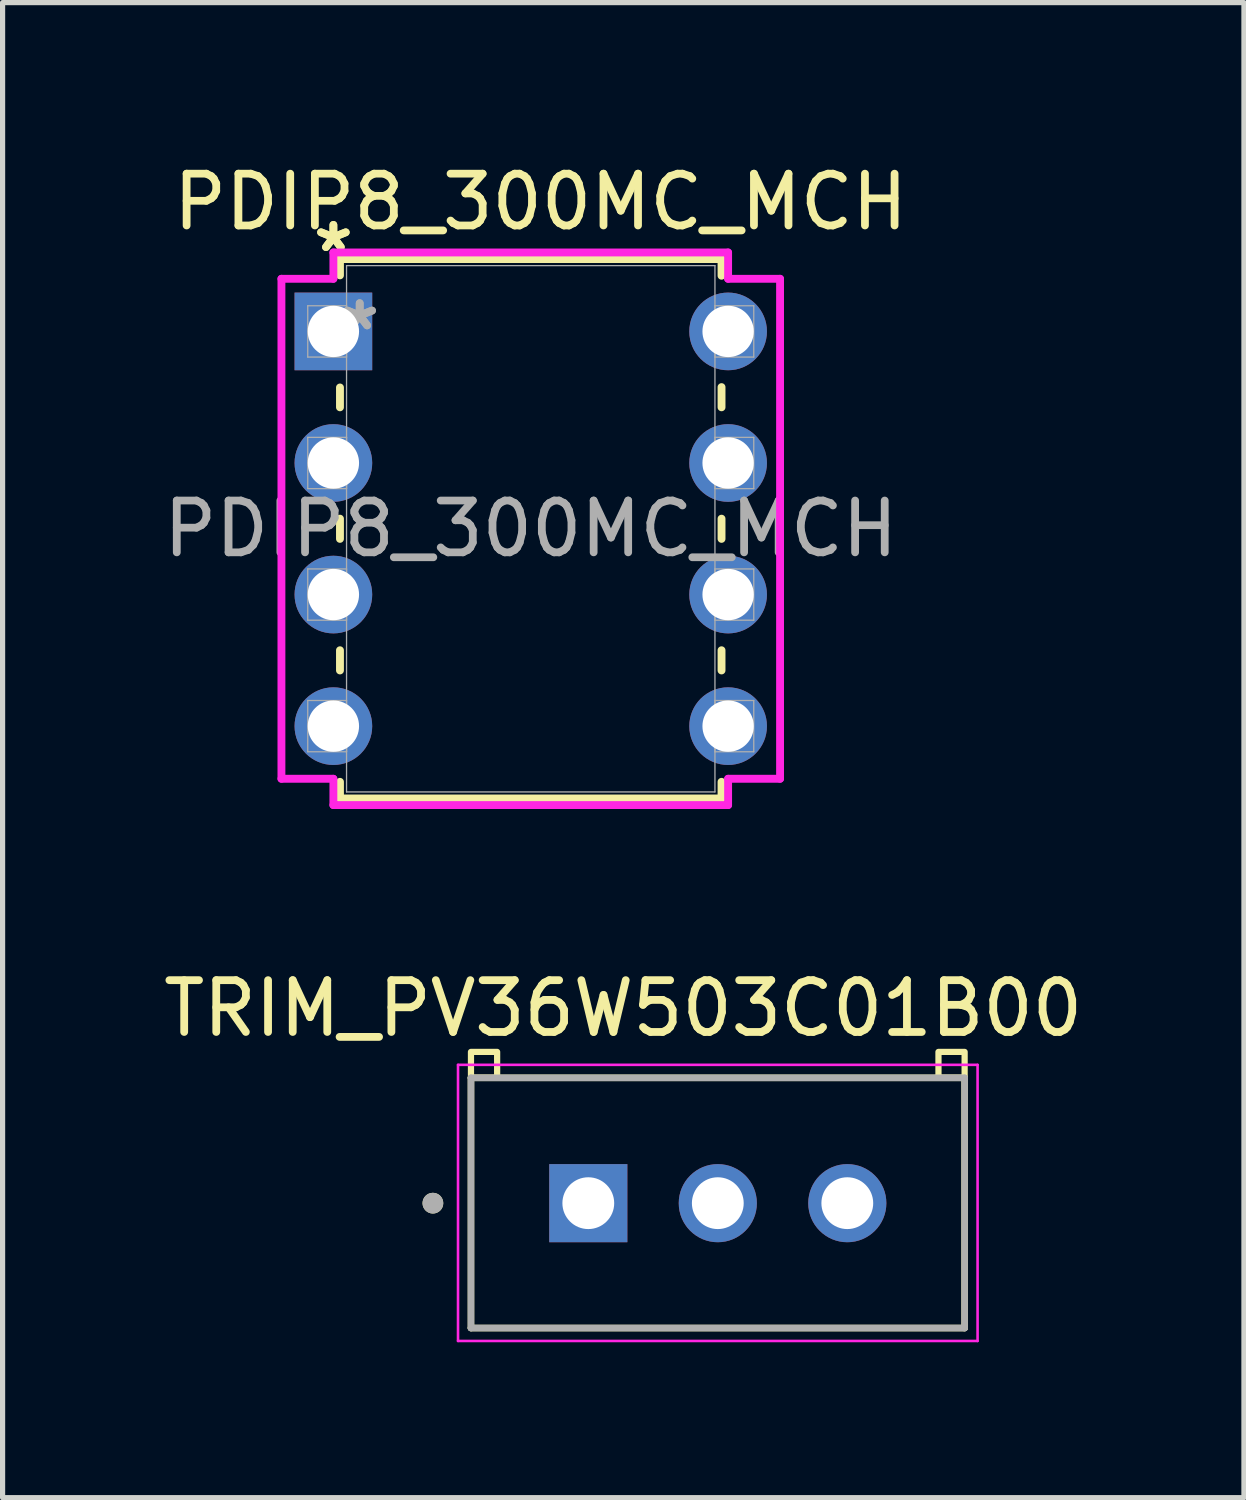
<source format=kicad_pcb>
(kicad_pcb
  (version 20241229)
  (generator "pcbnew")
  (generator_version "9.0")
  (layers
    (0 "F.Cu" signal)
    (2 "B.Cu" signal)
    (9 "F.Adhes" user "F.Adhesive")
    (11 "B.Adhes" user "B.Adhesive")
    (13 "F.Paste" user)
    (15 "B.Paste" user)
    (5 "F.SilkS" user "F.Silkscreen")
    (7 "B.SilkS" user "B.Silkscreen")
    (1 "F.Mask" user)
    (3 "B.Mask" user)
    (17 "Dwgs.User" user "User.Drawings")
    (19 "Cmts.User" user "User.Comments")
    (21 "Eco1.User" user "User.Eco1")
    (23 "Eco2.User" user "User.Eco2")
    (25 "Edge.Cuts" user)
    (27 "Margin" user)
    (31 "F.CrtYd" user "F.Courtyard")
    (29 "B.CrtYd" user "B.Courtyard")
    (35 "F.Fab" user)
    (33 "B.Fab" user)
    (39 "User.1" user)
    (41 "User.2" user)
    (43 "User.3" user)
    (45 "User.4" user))
  (footprint "TRIM_PV36W503C01B00"
    (layer "F.Cu")
    (at 10.807 20.177)
    (property "Reference" "TRIM_PV36W503C01B00" (at -1.825 -3.76 0) (layer "F.SilkS") (effects (font (size 1 1) (thickness 0.15))))
    (attr through_hole)
    (fp_line (start -4.765 -2.42) (end -4.765 2.41) (stroke (width 0.127) (type solid)) (layer "F.SilkS"))
    (fp_line (start -4.765 2.41) (end 4.765 2.41) (stroke (width 0.127) (type solid)) (layer "F.SilkS"))
    (fp_line (start 4.765 -2.42) (end -4.765 -2.42) (stroke (width 0.127) (type solid)) (layer "F.SilkS"))
    (fp_line (start 4.765 2.41) (end 4.765 -2.42) (stroke (width 0.127) (type solid)) (layer "F.SilkS"))
    (fp_rect (start -4.765 -2.92) (end -4.26 -2.42) (stroke (width 0.12) (type default)) (fill no) (layer "F.SilkS"))
    (fp_rect (start 4.26 -2.92) (end 4.765 -2.42) (stroke (width 0.12) (type default)) (fill no) (layer "F.SilkS"))
    (fp_circle (center -5.5 0) (end -5.4 0) (stroke (width 0.2) (type solid)) (fill no) (layer "F.SilkS"))
    (fp_line (start -5.015 -2.67) (end -5.015 2.66) (stroke (width 0.05) (type solid)) (layer "F.CrtYd"))
    (fp_line (start -5.015 2.66) (end 5.015 2.66) (stroke (width 0.05) (type solid)) (layer "F.CrtYd"))
    (fp_line (start 5.015 -2.67) (end -5.015 -2.67) (stroke (width 0.05) (type solid)) (layer "F.CrtYd"))
    (fp_line (start 5.015 2.66) (end 5.015 -2.67) (stroke (width 0.05) (type solid)) (layer "F.CrtYd"))
    (fp_line (start -4.765 -2.42) (end -4.765 2.41) (stroke (width 0.127) (type solid)) (layer "F.Fab"))
    (fp_line (start -4.765 2.41) (end 4.765 2.41) (stroke (width 0.127) (type solid)) (layer "F.Fab"))
    (fp_line (start 4.765 -2.42) (end -4.765 -2.42) (stroke (width 0.127) (type solid)) (layer "F.Fab"))
    (fp_line (start 4.765 2.41) (end 4.765 -2.42) (stroke (width 0.127) (type solid)) (layer "F.Fab"))
    (fp_circle (center -5.5 0) (end -5.4 0) (stroke (width 0.2) (type solid)) (fill no) (layer "F.Fab"))
    (pad "1" thru_hole rect (at -2.5 0) (size 1.508 1.508) (drill 1) (layers "*.Cu" "*.Mask"))
    (pad "2" thru_hole circle (at 0 0) (size 1.508 1.508) (drill 1) (layers "*.Cu" "*.Mask"))
    (pad "3" thru_hole circle (at 2.5 0) (size 1.508 1.508) (drill 1) (layers "*.Cu" "*.Mask")))
  (footprint "PDIP8_300MC_MCH"
    (layer "F.Cu")
    (at 3.386 3.348)
    (property "Reference" "PDIP8_300MC_MCH" (at 4 -2.5 0) (unlocked yes) (layer "F.SilkS") (effects (font (size 1 1) (thickness 0.15))))
    (attr through_hole)
    (fp_line (start 0.127 -1.397) (end 0.127 -1.082) (stroke (width 0.152) (type solid)) (layer "F.SilkS"))
    (fp_line (start 0.127 1.082) (end 0.127 1.465) (stroke (width 0.152) (type solid)) (layer "F.SilkS"))
    (fp_line (start 0.127 3.615) (end 0.127 4.005) (stroke (width 0.152) (type solid)) (layer "F.SilkS"))
    (fp_line (start 0.127 6.155) (end 0.127 6.545) (stroke (width 0.152) (type solid)) (layer "F.SilkS"))
    (fp_line (start 0.127 8.695) (end 0.127 9.017) (stroke (width 0.152) (type solid)) (layer "F.SilkS"))
    (fp_line (start 0.127 9.017) (end 7.493 9.017) (stroke (width 0.152) (type solid)) (layer "F.SilkS"))
    (fp_line (start 7.493 -1.397) (end 0.127 -1.397) (stroke (width 0.152) (type solid)) (layer "F.SilkS"))
    (fp_line (start 7.493 -1.075) (end 7.493 -1.397) (stroke (width 0.152) (type solid)) (layer "F.SilkS"))
    (fp_line (start 7.493 1.465) (end 7.493 1.075) (stroke (width 0.152) (type solid)) (layer "F.SilkS"))
    (fp_line (start 7.493 4.005) (end 7.493 3.615) (stroke (width 0.152) (type solid)) (layer "F.SilkS"))
    (fp_line (start 7.493 6.545) (end 7.493 6.155) (stroke (width 0.152) (type solid)) (layer "F.SilkS"))
    (fp_line (start 7.493 9.017) (end 7.493 8.695) (stroke (width 0.152) (type solid)) (layer "F.SilkS"))
    (fp_line (start -1.003 -1.016) (end 0 -1.016) (stroke (width 0.152) (type solid)) (layer "F.CrtYd"))
    (fp_line (start -1.003 8.636) (end -1.003 -1.016) (stroke (width 0.152) (type solid)) (layer "F.CrtYd"))
    (fp_line (start 0 -1.524) (end 7.62 -1.524) (stroke (width 0.152) (type solid)) (layer "F.CrtYd"))
    (fp_line (start 0 -1.016) (end 0 -1.524) (stroke (width 0.152) (type solid)) (layer "F.CrtYd"))
    (fp_line (start 0 8.636) (end -1.003 8.636) (stroke (width 0.152) (type solid)) (layer "F.CrtYd"))
    (fp_line (start 0 9.144) (end 0 8.636) (stroke (width 0.152) (type solid)) (layer "F.CrtYd"))
    (fp_line (start 7.62 -1.524) (end 7.62 -1.016) (stroke (width 0.152) (type solid)) (layer "F.CrtYd"))
    (fp_line (start 7.62 8.636) (end 7.62 9.144) (stroke (width 0.152) (type solid)) (layer "F.CrtYd"))
    (fp_line (start 7.62 9.144) (end 0 9.144) (stroke (width 0.152) (type solid)) (layer "F.CrtYd"))
    (fp_line (start 8.623 -1.016) (end 7.62 -1.016) (stroke (width 0.152) (type solid)) (layer "F.CrtYd"))
    (fp_line (start 8.623 -1.016) (end 8.623 8.636) (stroke (width 0.152) (type solid)) (layer "F.CrtYd"))
    (fp_line (start 8.623 8.636) (end 7.62 8.636) (stroke (width 0.152) (type solid)) (layer "F.CrtYd"))
    (fp_line (start -0.495 -0.495) (end -0.495 0.495) (stroke (width 0.025) (type solid)) (layer "F.Fab"))
    (fp_line (start -0.495 0.495) (end 0.254 0.495) (stroke (width 0.025) (type solid)) (layer "F.Fab"))
    (fp_line (start -0.495 2.045) (end -0.495 3.035) (stroke (width 0.025) (type solid)) (layer "F.Fab"))
    (fp_line (start -0.495 3.035) (end 0.254 3.035) (stroke (width 0.025) (type solid)) (layer "F.Fab"))
    (fp_line (start -0.495 4.585) (end -0.495 5.575) (stroke (width 0.025) (type solid)) (layer "F.Fab"))
    (fp_line (start -0.495 5.575) (end 0.254 5.575) (stroke (width 0.025) (type solid)) (layer "F.Fab"))
    (fp_line (start -0.495 7.125) (end -0.495 8.115) (stroke (width 0.025) (type solid)) (layer "F.Fab"))
    (fp_line (start -0.495 8.115) (end 0.254 8.115) (stroke (width 0.025) (type solid)) (layer "F.Fab"))
    (fp_line (start 0.254 -1.27) (end 0.254 8.89) (stroke (width 0.025) (type solid)) (layer "F.Fab"))
    (fp_line (start 0.254 -0.495) (end -0.495 -0.495) (stroke (width 0.025) (type solid)) (layer "F.Fab"))
    (fp_line (start 0.254 0.495) (end 0.254 -0.495) (stroke (width 0.025) (type solid)) (layer "F.Fab"))
    (fp_line (start 0.254 2.045) (end -0.495 2.045) (stroke (width 0.025) (type solid)) (layer "F.Fab"))
    (fp_line (start 0.254 3.035) (end 0.254 2.045) (stroke (width 0.025) (type solid)) (layer "F.Fab"))
    (fp_line (start 0.254 4.585) (end -0.495 4.585) (stroke (width 0.025) (type solid)) (layer "F.Fab"))
    (fp_line (start 0.254 5.575) (end 0.254 4.585) (stroke (width 0.025) (type solid)) (layer "F.Fab"))
    (fp_line (start 0.254 7.125) (end -0.495 7.125) (stroke (width 0.025) (type solid)) (layer "F.Fab"))
    (fp_line (start 0.254 8.115) (end 0.254 7.125) (stroke (width 0.025) (type solid)) (layer "F.Fab"))
    (fp_line (start 0.254 8.89) (end 7.366 8.89) (stroke (width 0.025) (type solid)) (layer "F.Fab"))
    (fp_line (start 7.366 -1.27) (end 0.254 -1.27) (stroke (width 0.025) (type solid)) (layer "F.Fab"))
    (fp_line (start 7.366 -0.495) (end 7.366 0.495) (stroke (width 0.025) (type solid)) (layer "F.Fab"))
    (fp_line (start 7.366 0.495) (end 8.115 0.495) (stroke (width 0.025) (type solid)) (layer "F.Fab"))
    (fp_line (start 7.366 2.045) (end 7.366 3.035) (stroke (width 0.025) (type solid)) (layer "F.Fab"))
    (fp_line (start 7.366 3.035) (end 8.115 3.035) (stroke (width 0.025) (type solid)) (layer "F.Fab"))
    (fp_line (start 7.366 4.585) (end 7.366 5.575) (stroke (width 0.025) (type solid)) (layer "F.Fab"))
    (fp_line (start 7.366 5.575) (end 8.115 5.575) (stroke (width 0.025) (type solid)) (layer "F.Fab"))
    (fp_line (start 7.366 7.125) (end 7.366 8.115) (stroke (width 0.025) (type solid)) (layer "F.Fab"))
    (fp_line (start 7.366 8.115) (end 8.115 8.115) (stroke (width 0.025) (type solid)) (layer "F.Fab"))
    (fp_line (start 7.366 8.89) (end 7.366 -1.27) (stroke (width 0.025) (type solid)) (layer "F.Fab"))
    (fp_line (start 8.115 -0.495) (end 7.366 -0.495) (stroke (width 0.025) (type solid)) (layer "F.Fab"))
    (fp_line (start 8.115 0.495) (end 8.115 -0.495) (stroke (width 0.025) (type solid)) (layer "F.Fab"))
    (fp_line (start 8.115 2.045) (end 7.366 2.045) (stroke (width 0.025) (type solid)) (layer "F.Fab"))
    (fp_line (start 8.115 3.035) (end 8.115 2.045) (stroke (width 0.025) (type solid)) (layer "F.Fab"))
    (fp_line (start 8.115 4.585) (end 7.366 4.585) (stroke (width 0.025) (type solid)) (layer "F.Fab"))
    (fp_line (start 8.115 5.575) (end 8.115 4.585) (stroke (width 0.025) (type solid)) (layer "F.Fab"))
    (fp_line (start 8.115 7.125) (end 7.366 7.125) (stroke (width 0.025) (type solid)) (layer "F.Fab"))
    (fp_line (start 8.115 8.115) (end 8.115 7.125) (stroke (width 0.025) (type solid)) (layer "F.Fab"))
    (fp_text user "*" (at 0 -1.511 0) (layer "F.SilkS") (effects (font (size 1 1) (thickness 0.15))))
    (fp_text user "*" (at 0 -1.511 0) (unlocked yes) (layer "F.SilkS") (effects (font (size 1 1) (thickness 0.15))))
    (fp_text user "*" (at 0.508 0 0) (unlocked yes) (layer "F.Fab") (effects (font (size 1 1) (thickness 0.15))))
    (fp_text user "*" (at 0.508 0 0) (layer "F.Fab") (effects (font (size 1 1) (thickness 0.15))))
    (fp_text user "${REFERENCE}" (at 3.81 3.81 0) (unlocked yes) (layer "F.Fab") (effects (font (size 1 1) (thickness 0.15))))
    (pad "1" thru_hole rect (at 0 0) (size 1.499 1.499) (drill 0.991) (layers "*.Cu" "*.Mask"))
    (pad "2" thru_hole circle (at 0 2.54) (size 1.499 1.499) (drill 0.991) (layers "*.Cu" "*.Mask"))
    (pad "3" thru_hole circle (at 0 5.08) (size 1.499 1.499) (drill 0.991) (layers "*.Cu" "*.Mask"))
    (pad "4" thru_hole circle (at 0 7.62) (size 1.499 1.499) (drill 0.991) (layers "*.Cu" "*.Mask"))
    (pad "5" thru_hole circle (at 7.62 7.62) (size 1.499 1.499) (drill 0.991) (layers "*.Cu" "*.Mask"))
    (pad "6" thru_hole circle (at 7.62 5.08) (size 1.499 1.499) (drill 0.991) (layers "*.Cu" "*.Mask"))
    (pad "7" thru_hole circle (at 7.62 2.54) (size 1.499 1.499) (drill 0.991) (layers "*.Cu" "*.Mask"))
    (pad "8" thru_hole circle (at 7.62 0) (size 1.499 1.499) (drill 0.991) (layers "*.Cu" "*.Mask")))
  (gr_rect
    (start -3 -3)
    (end 20.964 25.862)
    (stroke (width 0.1) (type default))
    (fill no)
    (layer "Edge.Cuts")))
</source>
